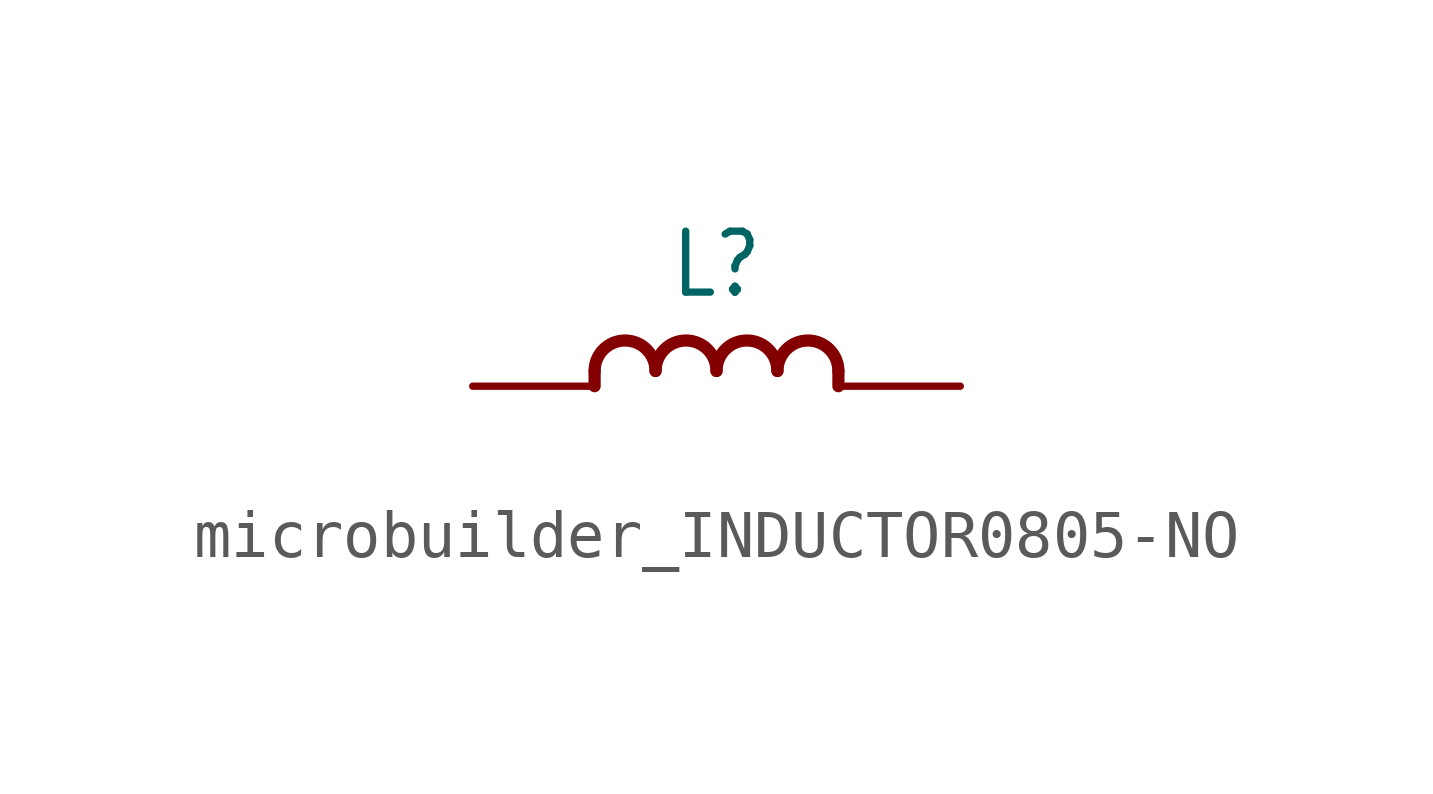
<source format=kicad_sym>
(kicad_symbol_lib
  (version 20241209)
  (generator "kicad_symbol_editor")
  (generator_version "9.0")
  (symbol "microbuilder_INDUCTOR0805-NO"
    (property "Reference" "L"
      (at 0 2.54 0)
      (effects (font (size 1.27 1.079))))
    (property "Value" ""
      (at 0 -1.54 0)
      (effects (font (size 1.27 1.079))))
    (property "ki_locked" ""
      (at 0 0 0)
      (effects (font (size 1.27 1.27))))
    (symbol "microbuilder_INDUCTOR0805-NO_1_0"
      (polyline (pts (xy -2.54 0.318) (xy -2.54 0)) (stroke (width 0.254) (type solid)) (fill (type none)))
      (arc (start -2.54 0.3175) (mid -1.9049 0.9524) (end -1.27 0.3173) (stroke (width 0.254) (type solid)) (fill (type none)))
      (arc (start -1.27 0.3175) (mid -0.6349 0.9524) (end 0 0.3173) (stroke (width 0.254) (type solid)) (fill (type none)))
      (arc (start 0 0.3175) (mid 0.6351 0.9524) (end 1.27 0.3173) (stroke (width 0.254) (type solid)) (fill (type none)))
      (arc (start 1.27 0.3175) (mid 1.9051 0.9524) (end 2.54 0.3173) (stroke (width 0.254) (type solid)) (fill (type none)))
      (polyline (pts (xy 2.54 0.318) (xy 2.54 0)) (stroke (width 0.254) (type solid)) (fill (type none)))
      (pin passive line (at -5.08 0 0) (length 2.54) (name "1" (effects (font (size 0 0)))) (number "1" (effects (font (size 0 0)))))
      (pin passive line (at 5.08 0 180) (length 2.54) (name "2" (effects (font (size 0 0)))) (number "2" (effects (font (size 0 0))))))))
</source>
